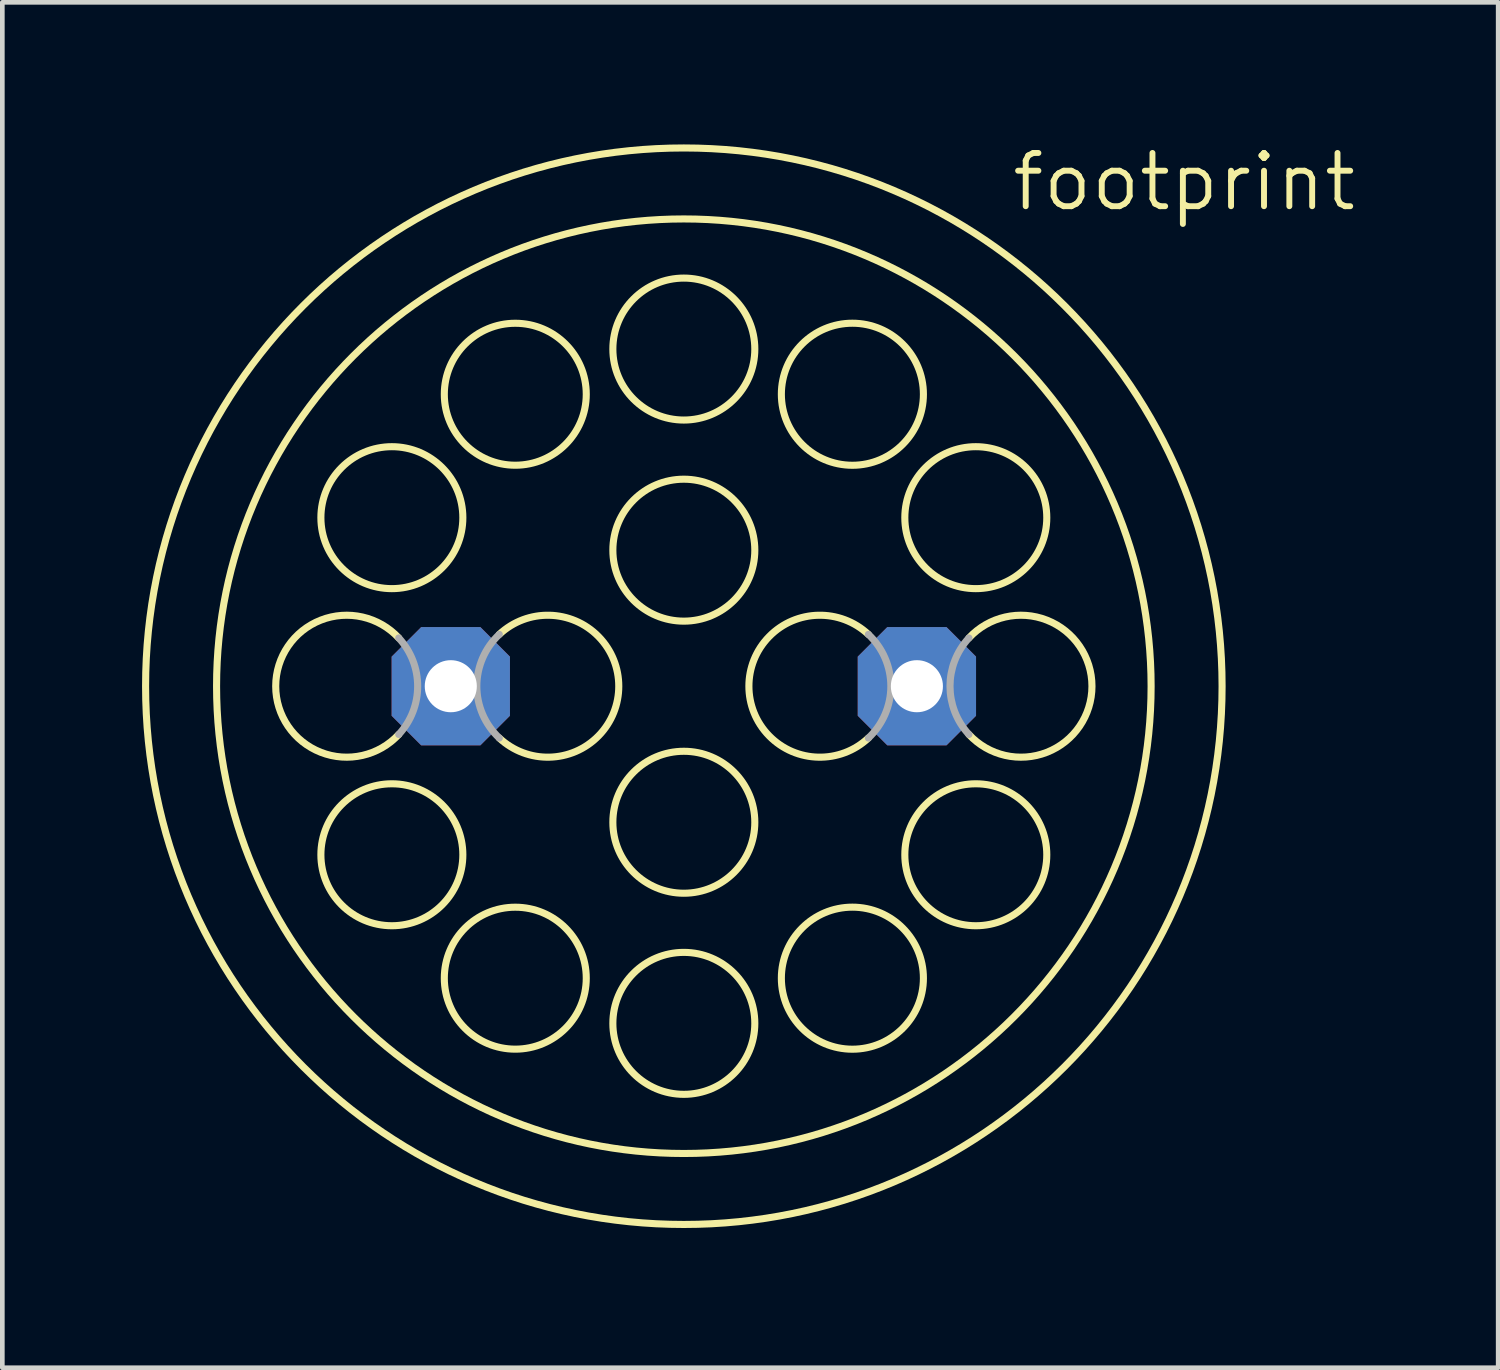
<source format=kicad_pcb>
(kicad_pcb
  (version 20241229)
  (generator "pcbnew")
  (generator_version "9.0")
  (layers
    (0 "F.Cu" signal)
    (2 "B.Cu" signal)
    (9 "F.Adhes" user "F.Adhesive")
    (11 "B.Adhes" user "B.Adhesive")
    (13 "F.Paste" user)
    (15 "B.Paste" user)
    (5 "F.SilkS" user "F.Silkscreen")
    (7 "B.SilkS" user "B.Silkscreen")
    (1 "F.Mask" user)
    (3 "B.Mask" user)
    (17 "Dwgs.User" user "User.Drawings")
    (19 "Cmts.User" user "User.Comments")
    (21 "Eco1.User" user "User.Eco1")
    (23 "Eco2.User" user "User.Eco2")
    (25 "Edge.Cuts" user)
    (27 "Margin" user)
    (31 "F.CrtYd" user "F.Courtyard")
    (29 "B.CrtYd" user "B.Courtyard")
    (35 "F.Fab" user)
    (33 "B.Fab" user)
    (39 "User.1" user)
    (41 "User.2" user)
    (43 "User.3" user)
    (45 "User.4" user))
  (footprint "footprint"
    (layer "F.Cu")
    (at 11.633 11.684)
    (property "Reference" "footprint" (at 6.985 -10.16 0) (layer "F.SilkS") (effects (font (size 1.143 1.143) (thickness 0.127)) (justify left bottom)))
    (fp_arc (start -6.1214 1.0361) (mid -8.762986 0) (end -6.1214 -1.0361) (stroke (width 0.1524) (type solid)) (layer "F.SilkS"))
    (fp_arc (start -3.9624 -1.1127) (mid -1.396987 0) (end -3.9624 1.1127) (stroke (width 0.1524) (type solid)) (layer "F.SilkS"))
    (fp_arc (start 3.9624 1.1127) (mid 1.396987 0) (end 3.9624 -1.1127) (stroke (width 0.1524) (type solid)) (layer "F.SilkS"))
    (fp_arc (start 6.1214 -1.0361) (mid 8.762986 0) (end 6.1214 1.0361) (stroke (width 0.1524) (type solid)) (layer "F.SilkS"))
    (fp_circle (center -6.269 -3.619) (end -4.745 -3.619) (stroke (width 0.152) (type solid)) (fill no) (layer "F.SilkS"))
    (fp_circle (center -6.269 3.619) (end -4.745 3.619) (stroke (width 0.152) (type solid)) (fill no) (layer "F.SilkS"))
    (fp_circle (center -3.619 -6.269) (end -2.095 -6.269) (stroke (width 0.152) (type solid)) (fill no) (layer "F.SilkS"))
    (fp_circle (center -3.619 6.269) (end -2.095 6.269) (stroke (width 0.152) (type solid)) (fill no) (layer "F.SilkS"))
    (fp_circle (center 0 -7.239) (end 1.524 -7.239) (stroke (width 0.152) (type solid)) (fill no) (layer "F.SilkS"))
    (fp_circle (center 0 -2.921) (end 1.524 -2.921) (stroke (width 0.152) (type solid)) (fill no) (layer "F.SilkS"))
    (fp_circle (center 0 0) (end 10.033 0) (stroke (width 0.152) (type solid)) (fill no) (layer "F.SilkS"))
    (fp_circle (center 0 0) (end 11.557 0) (stroke (width 0.152) (type solid)) (fill no) (layer "F.SilkS"))
    (fp_circle (center 0 2.921) (end 1.524 2.921) (stroke (width 0.152) (type solid)) (fill no) (layer "F.SilkS"))
    (fp_circle (center 0 7.239) (end 1.524 7.239) (stroke (width 0.152) (type solid)) (fill no) (layer "F.SilkS"))
    (fp_circle (center 3.619 -6.269) (end 5.144 -6.269) (stroke (width 0.152) (type solid)) (fill no) (layer "F.SilkS"))
    (fp_circle (center 3.619 6.269) (end 5.144 6.269) (stroke (width 0.152) (type solid)) (fill no) (layer "F.SilkS"))
    (fp_circle (center 6.269 -3.619) (end 7.793 -3.619) (stroke (width 0.152) (type solid)) (fill no) (layer "F.SilkS"))
    (fp_circle (center 6.269 3.619) (end 7.793 3.619) (stroke (width 0.152) (type solid)) (fill no) (layer "F.SilkS"))
    (fp_arc (start -6.1214 -1.0361) (mid -5.715014 0) (end -6.1214 1.0361) (stroke (width 0.1524) (type solid)) (layer "F.Fab"))
    (fp_arc (start -3.9624 1.1127) (mid -4.445013 0) (end -3.9624 -1.1127) (stroke (width 0.1524) (type solid)) (layer "F.Fab"))
    (fp_arc (start 3.9624 -1.1127) (mid 4.445013 0) (end 3.9624 1.1127) (stroke (width 0.1524) (type solid)) (layer "F.Fab"))
    (fp_arc (start 6.1214 1.0361) (mid 5.715014 0) (end 6.1214 -1.0361) (stroke (width 0.1524) (type solid)) (layer "F.Fab"))
    (pad "1" thru_hole roundrect (at -5.004 0) (size 2.54 2.54) (drill 1.118) (layers "*.Cu" "*.Mask") (roundrect_rratio 0.25) (chamfer_ratio 0.25) (chamfer top_left top_right bottom_left bottom_right))
    (pad "2" thru_hole roundrect (at 5.004 0) (size 2.54 2.54) (drill 1.118) (layers "*.Cu" "*.Mask") (roundrect_rratio 0.25) (chamfer_ratio 0.25) (chamfer top_left top_right bottom_left bottom_right)))
  (gr_rect
    (start -3 -3)
    (end 29.118 26.317)
    (stroke (width 0.1) (type default))
    (fill no)
    (layer "Edge.Cuts")))
</source>
